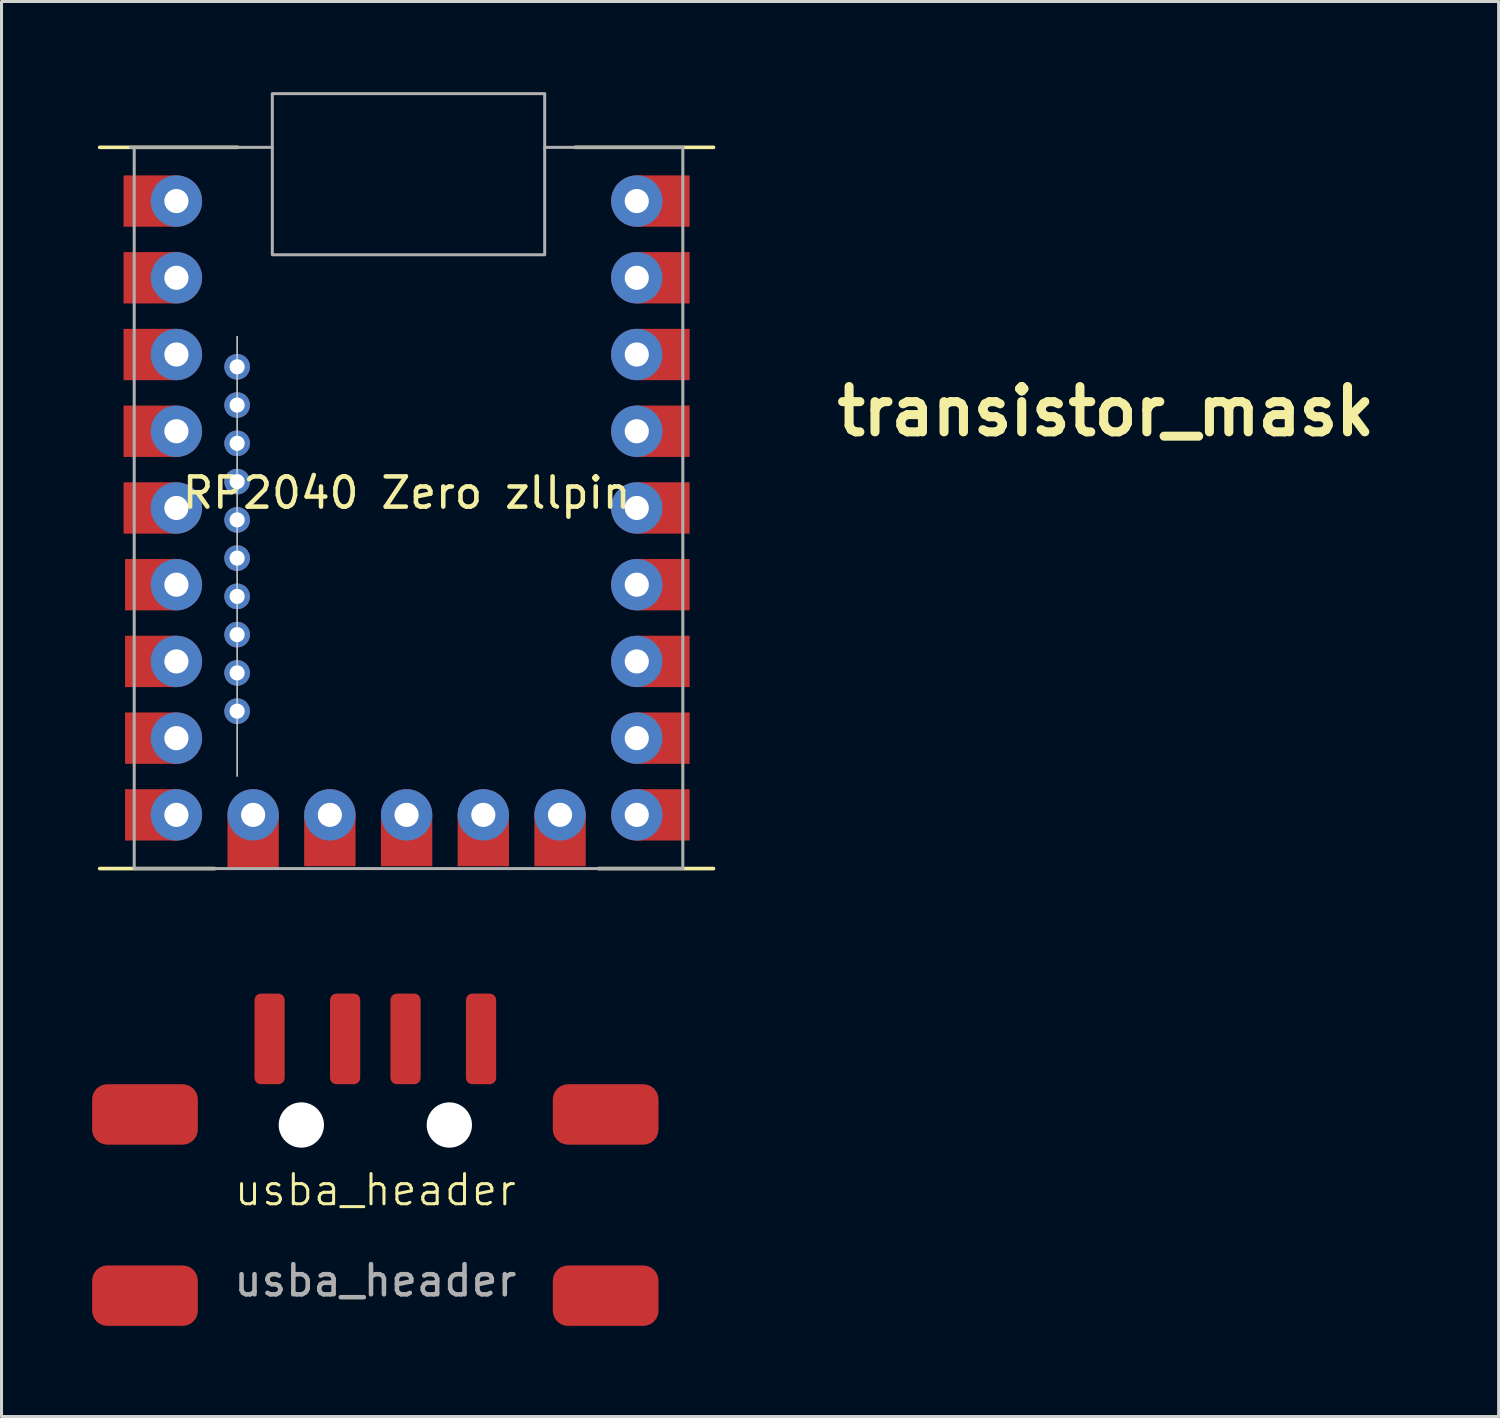
<source format=kicad_pcb>
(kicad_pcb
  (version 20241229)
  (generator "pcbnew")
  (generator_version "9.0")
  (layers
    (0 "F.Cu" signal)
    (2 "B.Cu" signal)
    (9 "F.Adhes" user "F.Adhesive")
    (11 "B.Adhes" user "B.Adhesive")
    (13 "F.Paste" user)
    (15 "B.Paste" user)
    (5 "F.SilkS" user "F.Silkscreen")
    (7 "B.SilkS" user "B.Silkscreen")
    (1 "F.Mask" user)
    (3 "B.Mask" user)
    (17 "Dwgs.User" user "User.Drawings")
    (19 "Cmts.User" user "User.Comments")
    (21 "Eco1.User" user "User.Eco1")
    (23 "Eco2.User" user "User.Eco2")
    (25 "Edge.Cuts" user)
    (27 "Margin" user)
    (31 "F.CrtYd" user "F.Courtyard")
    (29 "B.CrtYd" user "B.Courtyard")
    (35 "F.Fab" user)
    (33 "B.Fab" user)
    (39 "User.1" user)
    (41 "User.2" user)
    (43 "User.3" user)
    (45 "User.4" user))
  (footprint "usba_header"
    (layer "F.Cu")
    (at 9.375 36.843)
    (property "Reference" "usba_header" (at 0 -0.5 0) (unlocked yes) (layer "F.SilkS") (effects (font (size 1 1) (thickness 0.1))))
    (attr smd)
    (fp_text user "${REFERENCE}" (at 0 2.5 0) (unlocked yes) (layer "F.Fab") (effects (font (size 1 1) (thickness 0.15))))
    (pad "" np_thru_hole circle (at -2.45 -2.65) (size 1.5 1.5) (drill 1.5) (layers "*.Cu" "*.Mask"))
    (pad "" np_thru_hole circle (at 2.45 -2.65) (size 1.5 1.5) (drill 1.5) (layers "*.Cu" "*.Mask"))
    (pad "1" smd roundrect (at -3.5 -5.5) (size 1 3) (layers "F.Cu" "F.Mask" "F.Paste") (roundrect_rratio 0.208))
    (pad "2" smd roundrect (at -1 -5.5) (size 1 3) (layers "F.Cu" "F.Mask" "F.Paste") (roundrect_rratio 0.208))
    (pad "3" smd roundrect (at 1 -5.5) (size 1 3) (layers "F.Cu" "F.Mask" "F.Paste") (roundrect_rratio 0.208))
    (pad "4" smd roundrect (at -7.625 -3) (size 3.5 2) (layers "F.Cu" "F.Mask" "F.Paste") (roundrect_rratio 0.25))
    (pad "4" smd roundrect (at -7.625 3) (size 3.5 2) (layers "F.Cu" "F.Mask" "F.Paste") (roundrect_rratio 0.25))
    (pad "4" smd roundrect (at 3.5 -5.5) (size 1 3) (layers "F.Cu" "F.Mask" "F.Paste") (roundrect_rratio 0.208))
    (pad "4" smd roundrect (at 7.625 -3) (size 3.5 2) (layers "F.Cu" "F.Mask" "F.Paste") (roundrect_rratio 0.25))
    (pad "4" smd roundrect (at 7.625 3) (size 3.5 2) (layers "F.Cu" "F.Mask" "F.Paste") (roundrect_rratio 0.25)))
  (footprint "transistor_mask"
    (layer "F.Cu")
    (at 33.559 10.568)
    (property "Reference" "transistor_mask" (at 0 0 0) (layer "F.SilkS") (effects (font (size 1.5 1.5) (thickness 0.3))))
    (attr board_only exclude_from_pos_files exclude_from_bom)
    (fp_poly (pts (xy -6.826 0.243) (xy -6.786 0.268) (xy -6.694 0.328) (xy -6.556 0.418) (xy -6.381 0.533) (xy -6.176 0.668) (xy -5.949 0.817) (xy -5.832 0.894) (xy -5.598 1.047) (xy -5.383 1.187) (xy -5.195 1.308) (xy -5.042 1.406) (xy -4.929 1.477) (xy -4.866 1.514) (xy -4.856 1.519) (xy -4.827 1.49) (xy -4.768 1.412) (xy -4.686 1.295) (xy -4.588 1.151) (xy -4.566 1.117) (xy -4.467 0.971) (xy -4.384 0.85) (xy -4.323 0.766) (xy -4.292 0.73) (xy -4.29 0.729) (xy -4.271 0.766) (xy -4.224 0.86) (xy -4.156 1) (xy -4.07 1.179) (xy -3.97 1.387) (xy -3.86 1.615) (xy -3.745 1.855) (xy -3.63 2.097) (xy -3.517 2.334) (xy -3.412 2.555) (xy -3.319 2.752) (xy -3.242 2.916) (xy -3.186 3.038) (xy -3.154 3.109) (xy -3.148 3.123) (xy -3.161 3.134) (xy -3.203 3.14) (xy -3.281 3.142) (xy -3.4 3.14) (xy -3.565 3.132) (xy -3.781 3.12) (xy -4.056 3.102) (xy -4.393 3.078) (xy -4.639 3.06) (xy -4.91 3.04) (xy -5.158 3.02) (xy -5.372 3.002) (xy -5.545 2.987) (xy -5.666 2.974) (xy -5.727 2.965) (xy -5.732 2.963) (xy -5.721 2.928) (xy -5.678 2.842) (xy -5.608 2.719) (xy -5.518 2.569) (xy -5.483 2.513) (xy -5.389 2.356) (xy -5.312 2.221) (xy -5.261 2.119) (xy -5.239 2.063) (xy -5.24 2.056) (xy -5.275 2.031) (xy -5.363 1.971) (xy -5.497 1.881) (xy -5.669 1.767) (xy -5.871 1.633) (xy -6.095 1.484) (xy -6.205 1.412) (xy -6.439 1.257) (xy -6.653 1.115) (xy -6.841 0.989) (xy -6.995 0.886) (xy -7.107 0.81) (xy -7.17 0.766) (xy -7.18 0.758) (xy -7.178 0.714) (xy -7.141 0.633) (xy -7.081 0.53) (xy -7.008 0.424) (xy -6.934 0.329) (xy -6.87 0.263) (xy -6.829 0.241)) (stroke (width 0) (type solid)) (fill yes) (layer "F.Mask"))
    (fp_poly (pts (xy -6.814 -2.9) (xy -6.81 -2.898) (xy -6.766 -2.87) (xy -6.668 -2.808) (xy -6.526 -2.715) (xy -6.348 -2.599) (xy -6.141 -2.463) (xy -5.913 -2.313) (xy -5.813 -2.246) (xy -5.58 -2.094) (xy -5.367 -1.957) (xy -5.18 -1.84) (xy -5.027 -1.746) (xy -4.916 -1.682) (xy -4.854 -1.651) (xy -4.844 -1.649) (xy -4.812 -1.686) (xy -4.749 -1.77) (xy -4.664 -1.891) (xy -4.565 -2.035) (xy -4.555 -2.05) (xy -4.458 -2.192) (xy -4.377 -2.308) (xy -4.318 -2.387) (xy -4.29 -2.418) (xy -4.289 -2.418) (xy -4.27 -2.382) (xy -4.223 -2.289) (xy -4.155 -2.149) (xy -4.068 -1.97) (xy -3.968 -1.763) (xy -3.859 -1.535) (xy -3.744 -1.296) (xy -3.629 -1.055) (xy -3.518 -0.822) (xy -3.414 -0.604) (xy -3.323 -0.412) (xy -3.249 -0.253) (xy -3.196 -0.138) (xy -3.168 -0.076) (xy -3.165 -0.068) (xy -3.159 -0.047) (xy -3.16 -0.03) (xy -3.175 -0.018) (xy -3.211 -0.01) (xy -3.272 -0.007) (xy -3.367 -0.008) (xy -3.501 -0.014) (xy -3.681 -0.025) (xy -3.913 -0.041) (xy -4.203 -0.061) (xy -4.559 -0.087) (xy -4.606 -0.091) (xy -4.882 -0.112) (xy -5.135 -0.132) (xy -5.355 -0.15) (xy -5.533 -0.166) (xy -5.661 -0.179) (xy -5.729 -0.188) (xy -5.738 -0.191) (xy -5.727 -0.226) (xy -5.683 -0.31) (xy -5.613 -0.431) (xy -5.524 -0.577) (xy -5.509 -0.602) (xy -5.413 -0.754) (xy -5.33 -0.886) (xy -5.268 -0.985) (xy -5.236 -1.037) (xy -5.234 -1.039) (xy -5.253 -1.071) (xy -5.329 -1.137) (xy -5.462 -1.236) (xy -5.655 -1.371) (xy -5.907 -1.542) (xy -6.177 -1.721) (xy -6.414 -1.877) (xy -6.632 -2.022) (xy -6.824 -2.149) (xy -6.982 -2.255) (xy -7.098 -2.333) (xy -7.166 -2.38) (xy -7.179 -2.39) (xy -7.177 -2.435) (xy -7.135 -2.525) (xy -7.06 -2.651) (xy -7.043 -2.677) (xy -6.956 -2.803) (xy -6.896 -2.876) (xy -6.852 -2.905)) (stroke (width 0) (type solid)) (fill yes) (layer "F.Mask"))
    (fp_poly (pts (xy 6.802 -8.888) (xy 6.802 -7.207) (xy 6.92 -7.11) (xy 7.028 -7.011) (xy 7.169 -6.868) (xy 7.334 -6.691) (xy 7.51 -6.493) (xy 7.688 -6.286) (xy 7.856 -6.082) (xy 8.004 -5.893) (xy 8.016 -5.877) (xy 8.485 -5.201) (xy 8.891 -4.499) (xy 9.234 -3.768) (xy 9.518 -3.003) (xy 9.744 -2.2) (xy 9.913 -1.354) (xy 9.938 -1.189) (xy 9.962 -0.981) (xy 9.98 -0.718) (xy 9.993 -0.416) (xy 10.001 -0.09) (xy 10.003 0.242) (xy 9.999 0.565) (xy 9.99 0.863) (xy 9.974 1.12) (xy 9.955 1.303) (xy 9.8 2.176) (xy 9.583 3.013) (xy 9.302 3.815) (xy 8.959 4.582) (xy 8.551 5.315) (xy 8.08 6.016) (xy 7.544 6.684) (xy 7.167 7.095) (xy 6.803 7.472) (xy 6.803 9.037) (xy 6.802 10.601) (xy 6.555 10.601) (xy 6.427 10.598) (xy 6.33 10.589) (xy 6.284 10.577) (xy 6.284 10.577) (xy 6.278 10.537) (xy 6.273 10.432) (xy 6.269 10.272) (xy 6.265 10.064) (xy 6.262 9.816) (xy 6.26 9.537) (xy 6.26 9.241) (xy 6.26 7.928) (xy 5.853 8.22) (xy 5.141 8.686) (xy 4.398 9.087) (xy 3.626 9.423) (xy 2.821 9.694) (xy 1.984 9.9) (xy 1.465 9.994) (xy 1.285 10.02) (xy 1.114 10.04) (xy 0.94 10.054) (xy 0.746 10.064) (xy 0.519 10.069) (xy 0.243 10.072) (xy 0.036 10.072) (xy -0.278 10.071) (xy -0.534 10.068) (xy -0.747 10.061) (xy -0.932 10.049) (xy -1.104 10.033) (xy -1.276 10.011) (xy -1.393 9.994) (xy -2.155 9.849) (xy -2.876 9.657) (xy -3.576 9.411) (xy -4.273 9.106) (xy -4.361 9.064) (xy -5.103 8.661) (xy -5.803 8.2) (xy -6.458 7.685) (xy -7.066 7.119) (xy -7.625 6.505) (xy -8.13 5.846) (xy -8.58 5.145) (xy -8.972 4.406) (xy -9.303 3.632) (xy -9.528 2.967) (xy -9.671 2.449) (xy -9.78 1.952) (xy -9.857 1.454) (xy -9.905 0.936) (xy -9.927 0.379) (xy -9.929 0.09) (xy -9.928 0.065) (xy -9.026 0.065) (xy -8.996 0.851) (xy -8.897 1.638) (xy -8.73 2.422) (xy -8.522 3.112) (xy -8.431 3.351) (xy -8.309 3.632) (xy -8.167 3.939) (xy -8.011 4.253) (xy -7.853 4.556) (xy -7.699 4.831) (xy -7.559 5.059) (xy -7.543 5.084) (xy -7.058 5.748) (xy -6.525 6.36) (xy -5.945 6.917) (xy -5.321 7.419) (xy -4.656 7.863) (xy -3.952 8.248) (xy -3.211 8.57) (xy -2.786 8.722) (xy -2.237 8.884) (xy -1.682 9.01) (xy -1.099 9.103) (xy -0.468 9.167) (xy -0.452 9.168) (xy -0.288 9.175) (xy -0.069 9.175) (xy 0.185 9.169) (xy 0.456 9.157) (xy 0.727 9.142) (xy 0.98 9.123) (xy 1.195 9.101) (xy 1.23 9.096) (xy 1.998 8.961) (xy 2.757 8.756) (xy 3.497 8.486) (xy 4.212 8.154) (xy 4.892 7.763) (xy 5.532 7.316) (xy 5.611 7.255) (xy 5.906 7.022) (xy 5.025 6.444) (xy 4.831 6.317) (xy 4.585 6.156) (xy 4.296 5.966) (xy 3.972 5.754) (xy 3.622 5.525) (xy 3.255 5.285) (xy 2.88 5.039) (xy 2.504 4.794) (xy 2.207 4.599) (xy 0.271 3.332) (xy 0.261 3.529) (xy 0.25 3.727) (xy -1.015 3.727) (xy -2.279 3.727) (xy -2.279 0.109) (xy -2.279 -2.451) (xy 0.253 -2.451) (xy 0.253 0.122) (xy 0.254 2.696) (xy 3.284 4.68) (xy 6.314 6.664) (xy 6.582 6.38) (xy 6.726 6.223) (xy 6.888 6.039) (xy 7.043 5.855) (xy 7.112 5.771) (xy 7.521 5.216) (xy 7.895 4.613) (xy 8.227 3.979) (xy 8.508 3.328) (xy 8.732 2.676) (xy 8.812 2.386) (xy 8.978 1.59) (xy 9.073 0.79) (xy 9.096 -0.008) (xy 9.08 -0.425) (xy 8.994 -1.243) (xy 8.841 -2.034) (xy 8.62 -2.799) (xy 8.332 -3.539) (xy 7.976 -4.253) (xy 7.553 -4.942) (xy 7.061 -5.606) (xy 6.594 -6.148) (xy 6.346 -6.417) (xy 5.082 -5.594) (xy 4.811 -5.417) (xy 4.559 -5.252) (xy 4.333 -5.103) (xy 4.14 -4.975) (xy 3.985 -4.87) (xy 3.875 -4.795) (xy 3.816 -4.752) (xy 3.808 -4.745) (xy 3.824 -4.707) (xy 3.875 -4.622) (xy 3.954 -4.499) (xy 4.054 -4.351) (xy 4.108 -4.272) (xy 4.215 -4.117) (xy 4.304 -3.983) (xy 4.37 -3.883) (xy 4.404 -3.826) (xy 4.407 -3.817) (xy 4.369 -3.813) (xy 4.269 -3.805) (xy 4.113 -3.795) (xy 3.912 -3.782) (xy 3.673 -3.768) (xy 3.406 -3.753) (xy 3.275 -3.745) (xy 2.153 -3.683) (xy 1.972 -3.567) (xy 1.891 -3.515) (xy 1.76 -3.43) (xy 1.59 -3.32) (xy 1.392 -3.191) (xy 1.177 -3.051) (xy 1.022 -2.951) (xy 0.253 -2.451) (xy -2.279 -2.451) (xy -2.279 -3.51) (xy -1.013 -3.51) (xy 0.253 -3.51) (xy 0.253 -3.308) (xy 0.26 -3.18) (xy 0.28 -3.123) (xy 0.295 -3.12) (xy 0.336 -3.142) (xy 0.428 -3.199) (xy 0.564 -3.284) (xy 0.734 -3.392) (xy 0.93 -3.518) (xy 1.088 -3.62) (xy 1.839 -4.107) (xy 2.246 -5.047) (xy 2.354 -5.297) (xy 2.455 -5.53) (xy 2.546 -5.736) (xy 2.621 -5.906) (xy 2.677 -6.031) (xy 2.708 -6.099) (xy 2.71 -6.102) (xy 2.768 -6.216) (xy 3.125 -5.695) (xy 3.277 -5.479) (xy 3.392 -5.325) (xy 3.472 -5.233) (xy 3.518 -5.202) (xy 3.523 -5.204) (xy 3.562 -5.23) (xy 3.654 -5.291) (xy 3.794 -5.383) (xy 3.974 -5.5) (xy 4.187 -5.639) (xy 4.427 -5.795) (xy 4.687 -5.964) (xy 4.748 -6.004) (xy 5.932 -6.773) (xy 5.794 -6.888) (xy 5.263 -7.294) (xy 4.673 -7.671) (xy 4.036 -8.014) (xy 3.998 -8.033) (xy 3.292 -8.344) (xy 2.589 -8.588) (xy 1.879 -8.766) (xy 1.149 -8.881) (xy 0.534 -8.931) (xy -0.234 -8.94) (xy -0.973 -8.892) (xy -1.698 -8.783) (xy -2.212 -8.668) (xy -2.596 -8.564) (xy -2.953 -8.448) (xy -3.305 -8.314) (xy -3.677 -8.151) (xy -3.962 -8.015) (xy -4.665 -7.632) (xy -5.322 -7.194) (xy -5.939 -6.698) (xy -6.367 -6.295) (xy -6.912 -5.701) (xy -7.396 -5.069) (xy -7.819 -4.403) (xy -8.181 -3.708) (xy -8.479 -2.988) (xy -8.714 -2.246) (xy -8.884 -1.488) (xy -8.988 -0.716) (xy -9.026 0.065) (xy -9.928 0.065) (xy -9.917 -0.482) (xy -9.882 -1.005) (xy -9.821 -1.498) (xy -9.731 -1.98) (xy -9.609 -2.472) (xy -9.545 -2.695) (xy -9.271 -3.495) (xy -8.935 -4.261) (xy -8.539 -4.99) (xy -8.088 -5.681) (xy -7.583 -6.329) (xy -7.029 -6.933) (xy -6.428 -7.489) (xy -5.783 -7.994) (xy -5.098 -8.445) (xy -4.376 -8.84) (xy -3.619 -9.176) (xy -2.831 -9.45) (xy -2.026 -9.656) (xy -1.683 -9.724) (xy -1.369 -9.776) (xy -1.065 -9.813) (xy -0.751 -9.838) (xy -0.407 -9.851) (xy -0.013 -9.856) (xy 0.036 -9.856) (xy 0.437 -9.852) (xy 0.786 -9.84) (xy 1.102 -9.817) (xy 1.406 -9.781) (xy 1.718 -9.731) (xy 2.057 -9.664) (xy 2.099 -9.656) (xy 2.905 -9.449) (xy 3.692 -9.175) (xy 4.453 -8.839) (xy 5.18 -8.443) (xy 5.865 -7.99) (xy 5.898 -7.966) (xy 6.241 -7.715) (xy 6.26 -9.131) (xy 6.278 -10.547) (xy 6.54 -10.558) (xy 6.802 -10.568)) (stroke (width 0) (type solid)) (fill yes) (layer "F.Mask")))
  (footprint "RP2040 Zero zllpin"
    (layer "F.Cu")
    (at 0.25 26.593)
    (property "Reference" "RP2040 Zero zllpin" (at 10.16 -13.327 0) (unlocked yes) (layer "F.SilkS") (effects (font (size 1 1) (thickness 0.15))))
    (attr through_hole)
    (fp_line (start 0 -24.765) (end 4.572 -24.765) (stroke (width 0.12) (type default)) (layer "F.SilkS"))
    (fp_line (start 0 -0.889) (end 3.81 -0.889) (stroke (width 0.12) (type default)) (layer "F.SilkS"))
    (fp_line (start 15.748 -24.765) (end 20.32 -24.765) (stroke (width 0.12) (type default)) (layer "F.SilkS"))
    (fp_line (start 16.51 -0.889) (end 20.32 -0.889) (stroke (width 0.12) (type default)) (layer "F.SilkS"))
    (fp_line (start 4.55 -18.5) (end 4.55 -3.95) (stroke (width 0.05) (type default)) (layer "Edge.Cuts"))
    (fp_line (start 1.016 -24.765) (end 5.715 -24.765) (stroke (width 0.1) (type default)) (layer "F.Fab"))
    (fp_line (start 1.143 -0.889) (end 1.143 -24.765) (stroke (width 0.1) (type default)) (layer "F.Fab"))
    (fp_line (start 14.732 -24.765) (end 19.304 -24.765) (stroke (width 0.1) (type default)) (layer "F.Fab"))
    (fp_line (start 19.304 -24.765) (end 19.304 -0.889) (stroke (width 0.1) (type default)) (layer "F.Fab"))
    (fp_line (start 19.304 -0.889) (end 1.143 -0.889) (stroke (width 0.1) (type default)) (layer "F.Fab"))
    (fp_rect (start 5.715 -26.543) (end 14.732 -21.209) (stroke (width 0.1) (type default)) (fill no) (layer "F.Fab"))
    (pad "1" smd rect (at 1.64 -22.987) (size 1.7 1.7) (layers "F.Cu" "F.Mask"))
    (pad "1" thru_hole circle (at 2.54 -22.987) (size 1.7 1.7) (drill 0.8) (layers "*.Cu" "*.Mask"))
    (pad "2" smd rect (at 1.64 -20.447) (size 1.7 1.7) (layers "F.Cu" "F.Mask"))
    (pad "2" thru_hole circle (at 2.54 -20.447) (size 1.7 1.7) (drill 0.8) (layers "*.Cu" "*.Mask"))
    (pad "3" smd rect (at 1.64 -17.907) (size 1.7 1.7) (layers "F.Cu" "F.Mask"))
    (pad "3" thru_hole circle (at 2.54 -17.907) (size 1.7 1.7) (drill 0.8) (layers "*.Cu" "*.Mask"))
    (pad "4" smd rect (at 1.64 -15.367) (size 1.7 1.7) (layers "F.Cu" "F.Mask"))
    (pad "4" thru_hole circle (at 2.54 -15.367) (size 1.7 1.7) (drill 0.8) (layers "*.Cu" "*.Mask"))
    (pad "5" smd rect (at 1.64 -12.827) (size 1.7 1.7) (layers "F.Cu" "F.Mask"))
    (pad "5" thru_hole circle (at 2.54 -12.827) (size 1.7 1.7) (drill 0.8) (layers "*.Cu" "*.Mask"))
    (pad "6" smd rect (at 1.69 -10.287) (size 1.7 1.7) (layers "F.Cu" "F.Mask"))
    (pad "6" thru_hole circle (at 2.54 -10.287) (size 1.7 1.7) (drill 0.8) (layers "*.Cu" "*.Mask"))
    (pad "7" smd rect (at 1.69 -7.747) (size 1.7 1.7) (layers "F.Cu" "F.Mask"))
    (pad "7" thru_hole circle (at 2.54 -7.747) (size 1.7 1.7) (drill 0.8) (layers "*.Cu" "*.Mask"))
    (pad "8" smd rect (at 1.69 -5.207) (size 1.7 1.7) (layers "F.Cu" "F.Mask"))
    (pad "8" thru_hole circle (at 2.54 -5.207) (size 1.7 1.7) (drill 0.8) (layers "*.Cu" "*.Mask"))
    (pad "9" smd rect (at 1.69 -2.667) (size 1.7 1.7) (layers "F.Cu" "F.Mask"))
    (pad "9" thru_hole circle (at 2.54 -2.667) (size 1.7 1.7) (drill 0.8) (layers "*.Cu" "*.Mask"))
    (pad "10" thru_hole circle (at 17.78 -22.987) (size 1.7 1.7) (drill 0.8) (layers "*.Cu" "*.Mask"))
    (pad "10" smd rect (at 18.68 -22.987) (size 1.7 1.7) (layers "F.Cu" "F.Mask"))
    (pad "11" thru_hole circle (at 17.78 -20.447) (size 1.7 1.7) (drill 0.8) (layers "*.Cu" "*.Mask"))
    (pad "11" smd rect (at 18.68 -20.447) (size 1.7 1.7) (layers "F.Cu" "F.Mask"))
    (pad "12" thru_hole circle (at 17.78 -17.907) (size 1.7 1.7) (drill 0.8) (layers "*.Cu" "*.Mask"))
    (pad "12" smd rect (at 18.68 -17.907) (size 1.7 1.7) (layers "F.Cu" "F.Mask"))
    (pad "13" thru_hole circle (at 17.78 -15.367) (size 1.7 1.7) (drill 0.8) (layers "*.Cu" "*.Mask"))
    (pad "13" smd rect (at 18.68 -15.367) (size 1.7 1.7) (layers "F.Cu" "F.Mask"))
    (pad "14" thru_hole circle (at 17.78 -12.827) (size 1.7 1.7) (drill 0.8) (layers "*.Cu" "*.Mask"))
    (pad "14" smd rect (at 18.68 -12.827) (size 1.7 1.7) (layers "F.Cu" "F.Mask"))
    (pad "15" thru_hole circle (at 17.78 -10.287) (size 1.7 1.7) (drill 0.8) (layers "*.Cu" "*.Mask"))
    (pad "15" smd rect (at 18.68 -10.287) (size 1.7 1.7) (layers "F.Cu" "F.Mask"))
    (pad "16" thru_hole circle (at 17.78 -7.747) (size 1.7 1.7) (drill 0.8) (layers "*.Cu" "*.Mask"))
    (pad "16" smd rect (at 18.68 -7.747) (size 1.7 1.7) (layers "F.Cu" "F.Mask"))
    (pad "17" thru_hole circle (at 17.78 -5.207) (size 1.7 1.7) (drill 0.8) (layers "*.Cu" "*.Mask"))
    (pad "17" smd rect (at 18.68 -5.207) (size 1.7 1.7) (layers "F.Cu" "F.Mask"))
    (pad "18" thru_hole circle (at 17.78 -2.667) (size 1.7 1.7) (drill 0.8) (layers "*.Cu" "*.Mask"))
    (pad "18" smd rect (at 18.68 -2.667) (size 1.7 1.7) (layers "F.Cu" "F.Mask"))
    (pad "19" thru_hole circle (at 5.08 -2.667) (size 1.7 1.7) (drill 0.8) (layers "*.Cu" "*.Mask"))
    (pad "19" smd rect (at 5.08 -1.767 90) (size 1.7 1.7) (layers "F.Cu" "F.Mask"))
    (pad "20" thru_hole circle (at 7.62 -2.667) (size 1.7 1.7) (drill 0.8) (layers "*.Cu" "*.Mask"))
    (pad "20" smd rect (at 7.62 -1.817 90) (size 1.7 1.7) (layers "F.Cu" "F.Mask"))
    (pad "21" thru_hole circle (at 10.16 -2.667) (size 1.7 1.7) (drill 0.8) (layers "*.Cu" "*.Mask"))
    (pad "21" smd rect (at 10.16 -1.817 90) (size 1.7 1.7) (layers "F.Cu" "F.Mask"))
    (pad "22" thru_hole circle (at 12.7 -2.667) (size 1.7 1.7) (drill 0.8) (layers "*.Cu" "*.Mask"))
    (pad "22" smd rect (at 12.7 -1.817 90) (size 1.7 1.7) (layers "F.Cu" "F.Mask"))
    (pad "23" thru_hole circle (at 15.24 -2.667) (size 1.7 1.7) (drill 0.8) (layers "*.Cu" "*.Mask"))
    (pad "23" smd rect (at 15.24 -1.817 90) (size 1.7 1.7) (layers "F.Cu" "F.Mask"))
    (pad "24" thru_hole circle (at 4.55 -17.5) (size 0.85 0.85) (drill 0.5) (property pad_prop_castellated) (layers "*.Cu" "*.Mask"))
    (pad "25" thru_hole circle (at 4.55 -16.233) (size 0.85 0.85) (drill 0.5) (property pad_prop_castellated) (layers "*.Cu" "*.Mask"))
    (pad "26" thru_hole circle (at 4.55 -14.967) (size 0.85 0.85) (drill 0.5) (property pad_prop_castellated) (layers "*.Cu" "*.Mask"))
    (pad "27" thru_hole circle (at 4.55 -13.7) (size 0.85 0.85) (drill 0.5) (property pad_prop_castellated) (layers "*.Cu" "*.Mask"))
    (pad "28" thru_hole circle (at 4.55 -12.433) (size 0.85 0.85) (drill 0.5) (property pad_prop_castellated) (layers "*.Cu" "*.Mask"))
    (pad "29" thru_hole circle (at 4.55 -11.167) (size 0.85 0.85) (drill 0.5) (property pad_prop_castellated) (layers "*.Cu" "*.Mask"))
    (pad "30" thru_hole circle (at 4.55 -9.9) (size 0.85 0.85) (drill 0.5) (property pad_prop_castellated) (layers "*.Cu" "*.Mask"))
    (pad "31" thru_hole circle (at 4.55 -8.634) (size 0.85 0.85) (drill 0.5) (property pad_prop_castellated) (layers "*.Cu" "*.Mask"))
    (pad "32" thru_hole circle (at 4.55 -7.367) (size 0.85 0.85) (drill 0.5) (property pad_prop_castellated) (layers "*.Cu" "*.Mask"))
    (pad "33" thru_hole circle (at 4.55 -6.1) (size 0.85 0.85) (drill 0.5) (property pad_prop_castellated) (layers "*.Cu" "*.Mask")))
  (gr_rect
    (start -3 -3)
    (end 46.562 43.843)
    (stroke (width 0.1) (type default))
    (fill no)
    (layer "Edge.Cuts")))
</source>
